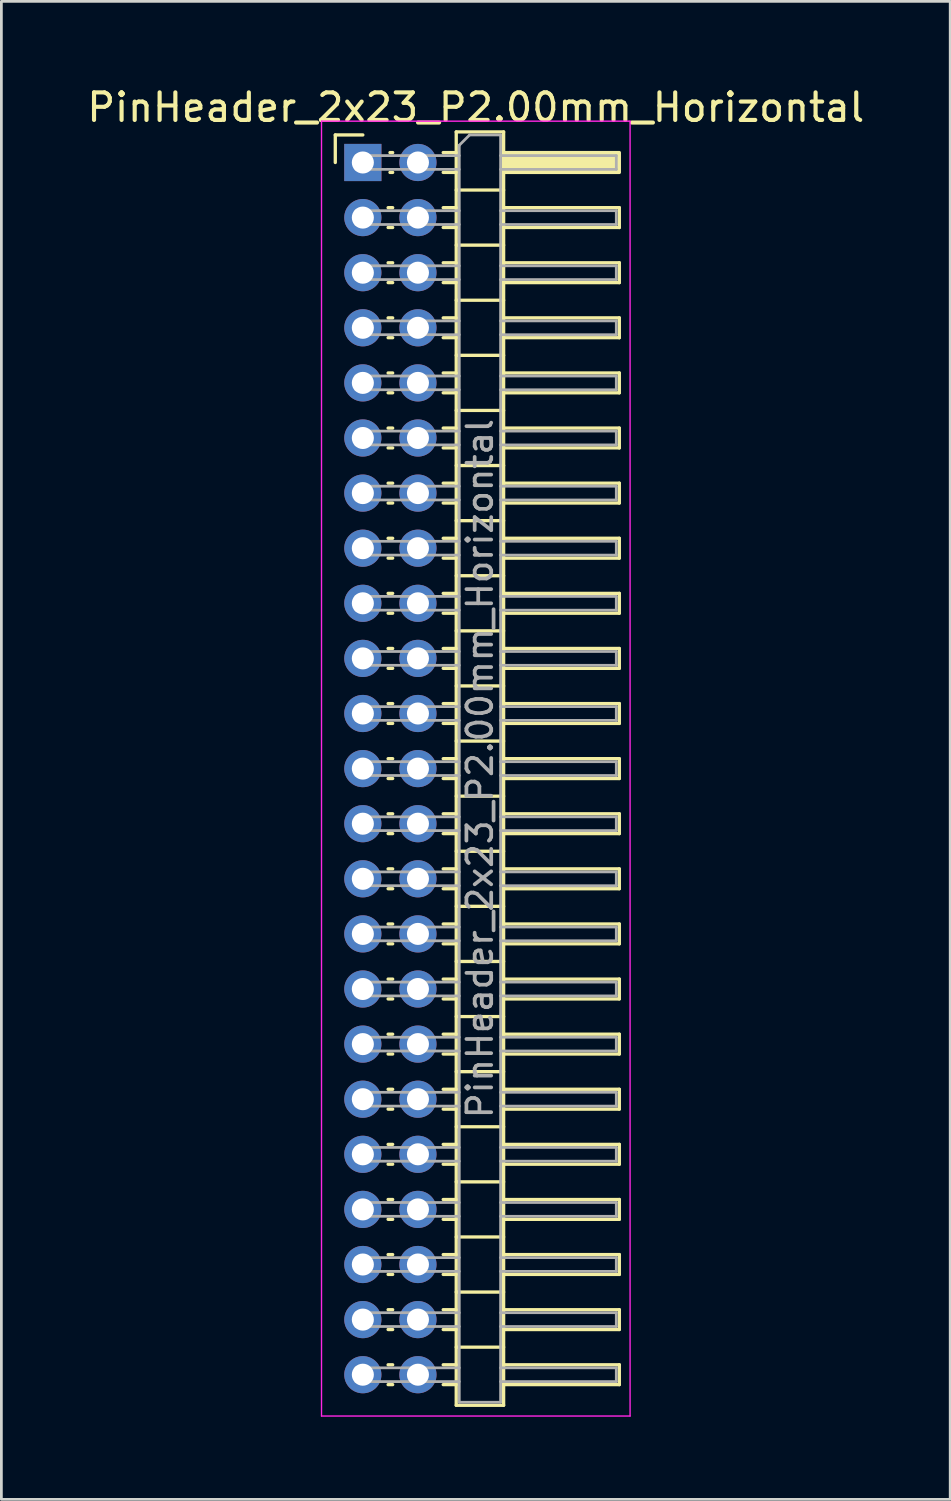
<source format=kicad_pcb>
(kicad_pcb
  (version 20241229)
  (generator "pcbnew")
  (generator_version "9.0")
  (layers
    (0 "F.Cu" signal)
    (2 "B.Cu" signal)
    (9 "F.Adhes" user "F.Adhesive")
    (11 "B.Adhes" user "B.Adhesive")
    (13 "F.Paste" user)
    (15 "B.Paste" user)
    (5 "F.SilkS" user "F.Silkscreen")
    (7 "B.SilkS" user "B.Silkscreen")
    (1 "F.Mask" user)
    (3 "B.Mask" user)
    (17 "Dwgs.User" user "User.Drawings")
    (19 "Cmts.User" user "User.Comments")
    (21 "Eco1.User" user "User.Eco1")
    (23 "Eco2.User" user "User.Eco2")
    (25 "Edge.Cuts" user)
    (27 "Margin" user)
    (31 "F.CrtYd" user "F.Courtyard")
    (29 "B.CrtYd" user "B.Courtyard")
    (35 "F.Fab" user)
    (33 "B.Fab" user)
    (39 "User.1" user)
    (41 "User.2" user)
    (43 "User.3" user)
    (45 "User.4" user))
  (footprint "PinHeader_2x23_P2.00mm_Horizontal"
    (layer "F.Cu")
    (at 10.12 2.848)
    (property "Reference" "PinHeader_2x23_P2.00mm_Horizontal" (at 4.1 -2 0) (layer "F.SilkS") (effects (font (size 1 1) (thickness 0.15))))
    (attr through_hole)
    (fp_line (start -1 -1) (end 0 -1) (stroke (width 0.12) (type solid)) (layer "F.SilkS"))
    (fp_line (start -1 0) (end -1 -1) (stroke (width 0.12) (type solid)) (layer "F.SilkS"))
    (fp_line (start 0.917 1.64) (end 1.083 1.64) (stroke (width 0.12) (type solid)) (layer "F.SilkS"))
    (fp_line (start 0.917 2.36) (end 1.083 2.36) (stroke (width 0.12) (type solid)) (layer "F.SilkS"))
    (fp_line (start 0.917 3.64) (end 1.083 3.64) (stroke (width 0.12) (type solid)) (layer "F.SilkS"))
    (fp_line (start 0.917 4.36) (end 1.083 4.36) (stroke (width 0.12) (type solid)) (layer "F.SilkS"))
    (fp_line (start 0.917 5.64) (end 1.083 5.64) (stroke (width 0.12) (type solid)) (layer "F.SilkS"))
    (fp_line (start 0.917 6.36) (end 1.083 6.36) (stroke (width 0.12) (type solid)) (layer "F.SilkS"))
    (fp_line (start 0.917 7.64) (end 1.083 7.64) (stroke (width 0.12) (type solid)) (layer "F.SilkS"))
    (fp_line (start 0.917 8.36) (end 1.083 8.36) (stroke (width 0.12) (type solid)) (layer "F.SilkS"))
    (fp_line (start 0.917 9.64) (end 1.083 9.64) (stroke (width 0.12) (type solid)) (layer "F.SilkS"))
    (fp_line (start 0.917 10.36) (end 1.083 10.36) (stroke (width 0.12) (type solid)) (layer "F.SilkS"))
    (fp_line (start 0.917 11.64) (end 1.083 11.64) (stroke (width 0.12) (type solid)) (layer "F.SilkS"))
    (fp_line (start 0.917 12.36) (end 1.083 12.36) (stroke (width 0.12) (type solid)) (layer "F.SilkS"))
    (fp_line (start 0.917 13.64) (end 1.083 13.64) (stroke (width 0.12) (type solid)) (layer "F.SilkS"))
    (fp_line (start 0.917 14.36) (end 1.083 14.36) (stroke (width 0.12) (type solid)) (layer "F.SilkS"))
    (fp_line (start 0.917 15.64) (end 1.083 15.64) (stroke (width 0.12) (type solid)) (layer "F.SilkS"))
    (fp_line (start 0.917 16.36) (end 1.083 16.36) (stroke (width 0.12) (type solid)) (layer "F.SilkS"))
    (fp_line (start 0.917 17.64) (end 1.083 17.64) (stroke (width 0.12) (type solid)) (layer "F.SilkS"))
    (fp_line (start 0.917 18.36) (end 1.083 18.36) (stroke (width 0.12) (type solid)) (layer "F.SilkS"))
    (fp_line (start 0.917 19.64) (end 1.083 19.64) (stroke (width 0.12) (type solid)) (layer "F.SilkS"))
    (fp_line (start 0.917 20.36) (end 1.083 20.36) (stroke (width 0.12) (type solid)) (layer "F.SilkS"))
    (fp_line (start 0.917 21.64) (end 1.083 21.64) (stroke (width 0.12) (type solid)) (layer "F.SilkS"))
    (fp_line (start 0.917 22.36) (end 1.083 22.36) (stroke (width 0.12) (type solid)) (layer "F.SilkS"))
    (fp_line (start 0.917 23.64) (end 1.083 23.64) (stroke (width 0.12) (type solid)) (layer "F.SilkS"))
    (fp_line (start 0.917 24.36) (end 1.083 24.36) (stroke (width 0.12) (type solid)) (layer "F.SilkS"))
    (fp_line (start 0.917 25.64) (end 1.083 25.64) (stroke (width 0.12) (type solid)) (layer "F.SilkS"))
    (fp_line (start 0.917 26.36) (end 1.083 26.36) (stroke (width 0.12) (type solid)) (layer "F.SilkS"))
    (fp_line (start 0.917 27.64) (end 1.083 27.64) (stroke (width 0.12) (type solid)) (layer "F.SilkS"))
    (fp_line (start 0.917 28.36) (end 1.083 28.36) (stroke (width 0.12) (type solid)) (layer "F.SilkS"))
    (fp_line (start 0.917 29.64) (end 1.083 29.64) (stroke (width 0.12) (type solid)) (layer "F.SilkS"))
    (fp_line (start 0.917 30.36) (end 1.083 30.36) (stroke (width 0.12) (type solid)) (layer "F.SilkS"))
    (fp_line (start 0.917 31.64) (end 1.083 31.64) (stroke (width 0.12) (type solid)) (layer "F.SilkS"))
    (fp_line (start 0.917 32.36) (end 1.083 32.36) (stroke (width 0.12) (type solid)) (layer "F.SilkS"))
    (fp_line (start 0.917 33.64) (end 1.083 33.64) (stroke (width 0.12) (type solid)) (layer "F.SilkS"))
    (fp_line (start 0.917 34.36) (end 1.083 34.36) (stroke (width 0.12) (type solid)) (layer "F.SilkS"))
    (fp_line (start 0.917 35.64) (end 1.083 35.64) (stroke (width 0.12) (type solid)) (layer "F.SilkS"))
    (fp_line (start 0.917 36.36) (end 1.083 36.36) (stroke (width 0.12) (type solid)) (layer "F.SilkS"))
    (fp_line (start 0.917 37.64) (end 1.083 37.64) (stroke (width 0.12) (type solid)) (layer "F.SilkS"))
    (fp_line (start 0.917 38.36) (end 1.083 38.36) (stroke (width 0.12) (type solid)) (layer "F.SilkS"))
    (fp_line (start 0.917 39.64) (end 1.083 39.64) (stroke (width 0.12) (type solid)) (layer "F.SilkS"))
    (fp_line (start 0.917 40.36) (end 1.083 40.36) (stroke (width 0.12) (type solid)) (layer "F.SilkS"))
    (fp_line (start 0.917 41.64) (end 1.083 41.64) (stroke (width 0.12) (type solid)) (layer "F.SilkS"))
    (fp_line (start 0.917 42.36) (end 1.083 42.36) (stroke (width 0.12) (type solid)) (layer "F.SilkS"))
    (fp_line (start 0.917 43.64) (end 1.083 43.64) (stroke (width 0.12) (type solid)) (layer "F.SilkS"))
    (fp_line (start 0.917 44.36) (end 1.083 44.36) (stroke (width 0.12) (type solid)) (layer "F.SilkS"))
    (fp_line (start 0.985 -0.36) (end 1.083 -0.36) (stroke (width 0.12) (type solid)) (layer "F.SilkS"))
    (fp_line (start 0.985 0.36) (end 1.083 0.36) (stroke (width 0.12) (type solid)) (layer "F.SilkS"))
    (fp_line (start 2.917 -0.36) (end 3.39 -0.36) (stroke (width 0.12) (type solid)) (layer "F.SilkS"))
    (fp_line (start 2.917 0.36) (end 3.39 0.36) (stroke (width 0.12) (type solid)) (layer "F.SilkS"))
    (fp_line (start 2.917 1.64) (end 3.39 1.64) (stroke (width 0.12) (type solid)) (layer "F.SilkS"))
    (fp_line (start 2.917 2.36) (end 3.39 2.36) (stroke (width 0.12) (type solid)) (layer "F.SilkS"))
    (fp_line (start 2.917 3.64) (end 3.39 3.64) (stroke (width 0.12) (type solid)) (layer "F.SilkS"))
    (fp_line (start 2.917 4.36) (end 3.39 4.36) (stroke (width 0.12) (type solid)) (layer "F.SilkS"))
    (fp_line (start 2.917 5.64) (end 3.39 5.64) (stroke (width 0.12) (type solid)) (layer "F.SilkS"))
    (fp_line (start 2.917 6.36) (end 3.39 6.36) (stroke (width 0.12) (type solid)) (layer "F.SilkS"))
    (fp_line (start 2.917 7.64) (end 3.39 7.64) (stroke (width 0.12) (type solid)) (layer "F.SilkS"))
    (fp_line (start 2.917 8.36) (end 3.39 8.36) (stroke (width 0.12) (type solid)) (layer "F.SilkS"))
    (fp_line (start 2.917 9.64) (end 3.39 9.64) (stroke (width 0.12) (type solid)) (layer "F.SilkS"))
    (fp_line (start 2.917 10.36) (end 3.39 10.36) (stroke (width 0.12) (type solid)) (layer "F.SilkS"))
    (fp_line (start 2.917 11.64) (end 3.39 11.64) (stroke (width 0.12) (type solid)) (layer "F.SilkS"))
    (fp_line (start 2.917 12.36) (end 3.39 12.36) (stroke (width 0.12) (type solid)) (layer "F.SilkS"))
    (fp_line (start 2.917 13.64) (end 3.39 13.64) (stroke (width 0.12) (type solid)) (layer "F.SilkS"))
    (fp_line (start 2.917 14.36) (end 3.39 14.36) (stroke (width 0.12) (type solid)) (layer "F.SilkS"))
    (fp_line (start 2.917 15.64) (end 3.39 15.64) (stroke (width 0.12) (type solid)) (layer "F.SilkS"))
    (fp_line (start 2.917 16.36) (end 3.39 16.36) (stroke (width 0.12) (type solid)) (layer "F.SilkS"))
    (fp_line (start 2.917 17.64) (end 3.39 17.64) (stroke (width 0.12) (type solid)) (layer "F.SilkS"))
    (fp_line (start 2.917 18.36) (end 3.39 18.36) (stroke (width 0.12) (type solid)) (layer "F.SilkS"))
    (fp_line (start 2.917 19.64) (end 3.39 19.64) (stroke (width 0.12) (type solid)) (layer "F.SilkS"))
    (fp_line (start 2.917 20.36) (end 3.39 20.36) (stroke (width 0.12) (type solid)) (layer "F.SilkS"))
    (fp_line (start 2.917 21.64) (end 3.39 21.64) (stroke (width 0.12) (type solid)) (layer "F.SilkS"))
    (fp_line (start 2.917 22.36) (end 3.39 22.36) (stroke (width 0.12) (type solid)) (layer "F.SilkS"))
    (fp_line (start 2.917 23.64) (end 3.39 23.64) (stroke (width 0.12) (type solid)) (layer "F.SilkS"))
    (fp_line (start 2.917 24.36) (end 3.39 24.36) (stroke (width 0.12) (type solid)) (layer "F.SilkS"))
    (fp_line (start 2.917 25.64) (end 3.39 25.64) (stroke (width 0.12) (type solid)) (layer "F.SilkS"))
    (fp_line (start 2.917 26.36) (end 3.39 26.36) (stroke (width 0.12) (type solid)) (layer "F.SilkS"))
    (fp_line (start 2.917 27.64) (end 3.39 27.64) (stroke (width 0.12) (type solid)) (layer "F.SilkS"))
    (fp_line (start 2.917 28.36) (end 3.39 28.36) (stroke (width 0.12) (type solid)) (layer "F.SilkS"))
    (fp_line (start 2.917 29.64) (end 3.39 29.64) (stroke (width 0.12) (type solid)) (layer "F.SilkS"))
    (fp_line (start 2.917 30.36) (end 3.39 30.36) (stroke (width 0.12) (type solid)) (layer "F.SilkS"))
    (fp_line (start 2.917 31.64) (end 3.39 31.64) (stroke (width 0.12) (type solid)) (layer "F.SilkS"))
    (fp_line (start 2.917 32.36) (end 3.39 32.36) (stroke (width 0.12) (type solid)) (layer "F.SilkS"))
    (fp_line (start 2.917 33.64) (end 3.39 33.64) (stroke (width 0.12) (type solid)) (layer "F.SilkS"))
    (fp_line (start 2.917 34.36) (end 3.39 34.36) (stroke (width 0.12) (type solid)) (layer "F.SilkS"))
    (fp_line (start 2.917 35.64) (end 3.39 35.64) (stroke (width 0.12) (type solid)) (layer "F.SilkS"))
    (fp_line (start 2.917 36.36) (end 3.39 36.36) (stroke (width 0.12) (type solid)) (layer "F.SilkS"))
    (fp_line (start 2.917 37.64) (end 3.39 37.64) (stroke (width 0.12) (type solid)) (layer "F.SilkS"))
    (fp_line (start 2.917 38.36) (end 3.39 38.36) (stroke (width 0.12) (type solid)) (layer "F.SilkS"))
    (fp_line (start 2.917 39.64) (end 3.39 39.64) (stroke (width 0.12) (type solid)) (layer "F.SilkS"))
    (fp_line (start 2.917 40.36) (end 3.39 40.36) (stroke (width 0.12) (type solid)) (layer "F.SilkS"))
    (fp_line (start 2.917 41.64) (end 3.39 41.64) (stroke (width 0.12) (type solid)) (layer "F.SilkS"))
    (fp_line (start 2.917 42.36) (end 3.39 42.36) (stroke (width 0.12) (type solid)) (layer "F.SilkS"))
    (fp_line (start 2.917 43.64) (end 3.39 43.64) (stroke (width 0.12) (type solid)) (layer "F.SilkS"))
    (fp_line (start 2.917 44.36) (end 3.39 44.36) (stroke (width 0.12) (type solid)) (layer "F.SilkS"))
    (fp_line (start 3.39 -1.11) (end 3.39 45.11) (stroke (width 0.12) (type solid)) (layer "F.SilkS"))
    (fp_line (start 3.39 1) (end 5.11 1) (stroke (width 0.12) (type solid)) (layer "F.SilkS"))
    (fp_line (start 3.39 3) (end 5.11 3) (stroke (width 0.12) (type solid)) (layer "F.SilkS"))
    (fp_line (start 3.39 5) (end 5.11 5) (stroke (width 0.12) (type solid)) (layer "F.SilkS"))
    (fp_line (start 3.39 7) (end 5.11 7) (stroke (width 0.12) (type solid)) (layer "F.SilkS"))
    (fp_line (start 3.39 9) (end 5.11 9) (stroke (width 0.12) (type solid)) (layer "F.SilkS"))
    (fp_line (start 3.39 11) (end 5.11 11) (stroke (width 0.12) (type solid)) (layer "F.SilkS"))
    (fp_line (start 3.39 13) (end 5.11 13) (stroke (width 0.12) (type solid)) (layer "F.SilkS"))
    (fp_line (start 3.39 15) (end 5.11 15) (stroke (width 0.12) (type solid)) (layer "F.SilkS"))
    (fp_line (start 3.39 17) (end 5.11 17) (stroke (width 0.12) (type solid)) (layer "F.SilkS"))
    (fp_line (start 3.39 19) (end 5.11 19) (stroke (width 0.12) (type solid)) (layer "F.SilkS"))
    (fp_line (start 3.39 21) (end 5.11 21) (stroke (width 0.12) (type solid)) (layer "F.SilkS"))
    (fp_line (start 3.39 23) (end 5.11 23) (stroke (width 0.12) (type solid)) (layer "F.SilkS"))
    (fp_line (start 3.39 25) (end 5.11 25) (stroke (width 0.12) (type solid)) (layer "F.SilkS"))
    (fp_line (start 3.39 27) (end 5.11 27) (stroke (width 0.12) (type solid)) (layer "F.SilkS"))
    (fp_line (start 3.39 29) (end 5.11 29) (stroke (width 0.12) (type solid)) (layer "F.SilkS"))
    (fp_line (start 3.39 31) (end 5.11 31) (stroke (width 0.12) (type solid)) (layer "F.SilkS"))
    (fp_line (start 3.39 33) (end 5.11 33) (stroke (width 0.12) (type solid)) (layer "F.SilkS"))
    (fp_line (start 3.39 35) (end 5.11 35) (stroke (width 0.12) (type solid)) (layer "F.SilkS"))
    (fp_line (start 3.39 37) (end 5.11 37) (stroke (width 0.12) (type solid)) (layer "F.SilkS"))
    (fp_line (start 3.39 39) (end 5.11 39) (stroke (width 0.12) (type solid)) (layer "F.SilkS"))
    (fp_line (start 3.39 41) (end 5.11 41) (stroke (width 0.12) (type solid)) (layer "F.SilkS"))
    (fp_line (start 3.39 43) (end 5.11 43) (stroke (width 0.12) (type solid)) (layer "F.SilkS"))
    (fp_line (start 3.39 45.11) (end 5.11 45.11) (stroke (width 0.12) (type solid)) (layer "F.SilkS"))
    (fp_line (start 5.11 -1.11) (end 3.39 -1.11) (stroke (width 0.12) (type solid)) (layer "F.SilkS"))
    (fp_line (start 5.11 1.64) (end 9.31 1.64) (stroke (width 0.12) (type solid)) (layer "F.SilkS"))
    (fp_line (start 5.11 3.64) (end 9.31 3.64) (stroke (width 0.12) (type solid)) (layer "F.SilkS"))
    (fp_line (start 5.11 5.64) (end 9.31 5.64) (stroke (width 0.12) (type solid)) (layer "F.SilkS"))
    (fp_line (start 5.11 7.64) (end 9.31 7.64) (stroke (width 0.12) (type solid)) (layer "F.SilkS"))
    (fp_line (start 5.11 9.64) (end 9.31 9.64) (stroke (width 0.12) (type solid)) (layer "F.SilkS"))
    (fp_line (start 5.11 11.64) (end 9.31 11.64) (stroke (width 0.12) (type solid)) (layer "F.SilkS"))
    (fp_line (start 5.11 13.64) (end 9.31 13.64) (stroke (width 0.12) (type solid)) (layer "F.SilkS"))
    (fp_line (start 5.11 15.64) (end 9.31 15.64) (stroke (width 0.12) (type solid)) (layer "F.SilkS"))
    (fp_line (start 5.11 17.64) (end 9.31 17.64) (stroke (width 0.12) (type solid)) (layer "F.SilkS"))
    (fp_line (start 5.11 19.64) (end 9.31 19.64) (stroke (width 0.12) (type solid)) (layer "F.SilkS"))
    (fp_line (start 5.11 21.64) (end 9.31 21.64) (stroke (width 0.12) (type solid)) (layer "F.SilkS"))
    (fp_line (start 5.11 23.64) (end 9.31 23.64) (stroke (width 0.12) (type solid)) (layer "F.SilkS"))
    (fp_line (start 5.11 25.64) (end 9.31 25.64) (stroke (width 0.12) (type solid)) (layer "F.SilkS"))
    (fp_line (start 5.11 27.64) (end 9.31 27.64) (stroke (width 0.12) (type solid)) (layer "F.SilkS"))
    (fp_line (start 5.11 29.64) (end 9.31 29.64) (stroke (width 0.12) (type solid)) (layer "F.SilkS"))
    (fp_line (start 5.11 31.64) (end 9.31 31.64) (stroke (width 0.12) (type solid)) (layer "F.SilkS"))
    (fp_line (start 5.11 33.64) (end 9.31 33.64) (stroke (width 0.12) (type solid)) (layer "F.SilkS"))
    (fp_line (start 5.11 35.64) (end 9.31 35.64) (stroke (width 0.12) (type solid)) (layer "F.SilkS"))
    (fp_line (start 5.11 37.64) (end 9.31 37.64) (stroke (width 0.12) (type solid)) (layer "F.SilkS"))
    (fp_line (start 5.11 39.64) (end 9.31 39.64) (stroke (width 0.12) (type solid)) (layer "F.SilkS"))
    (fp_line (start 5.11 41.64) (end 9.31 41.64) (stroke (width 0.12) (type solid)) (layer "F.SilkS"))
    (fp_line (start 5.11 43.64) (end 9.31 43.64) (stroke (width 0.12) (type solid)) (layer "F.SilkS"))
    (fp_line (start 5.11 45.11) (end 5.11 -1.11) (stroke (width 0.12) (type solid)) (layer "F.SilkS"))
    (fp_line (start 9.31 1.64) (end 9.31 2.36) (stroke (width 0.12) (type solid)) (layer "F.SilkS"))
    (fp_line (start 9.31 2.36) (end 5.11 2.36) (stroke (width 0.12) (type solid)) (layer "F.SilkS"))
    (fp_line (start 9.31 3.64) (end 9.31 4.36) (stroke (width 0.12) (type solid)) (layer "F.SilkS"))
    (fp_line (start 9.31 4.36) (end 5.11 4.36) (stroke (width 0.12) (type solid)) (layer "F.SilkS"))
    (fp_line (start 9.31 5.64) (end 9.31 6.36) (stroke (width 0.12) (type solid)) (layer "F.SilkS"))
    (fp_line (start 9.31 6.36) (end 5.11 6.36) (stroke (width 0.12) (type solid)) (layer "F.SilkS"))
    (fp_line (start 9.31 7.64) (end 9.31 8.36) (stroke (width 0.12) (type solid)) (layer "F.SilkS"))
    (fp_line (start 9.31 8.36) (end 5.11 8.36) (stroke (width 0.12) (type solid)) (layer "F.SilkS"))
    (fp_line (start 9.31 9.64) (end 9.31 10.36) (stroke (width 0.12) (type solid)) (layer "F.SilkS"))
    (fp_line (start 9.31 10.36) (end 5.11 10.36) (stroke (width 0.12) (type solid)) (layer "F.SilkS"))
    (fp_line (start 9.31 11.64) (end 9.31 12.36) (stroke (width 0.12) (type solid)) (layer "F.SilkS"))
    (fp_line (start 9.31 12.36) (end 5.11 12.36) (stroke (width 0.12) (type solid)) (layer "F.SilkS"))
    (fp_line (start 9.31 13.64) (end 9.31 14.36) (stroke (width 0.12) (type solid)) (layer "F.SilkS"))
    (fp_line (start 9.31 14.36) (end 5.11 14.36) (stroke (width 0.12) (type solid)) (layer "F.SilkS"))
    (fp_line (start 9.31 15.64) (end 9.31 16.36) (stroke (width 0.12) (type solid)) (layer "F.SilkS"))
    (fp_line (start 9.31 16.36) (end 5.11 16.36) (stroke (width 0.12) (type solid)) (layer "F.SilkS"))
    (fp_line (start 9.31 17.64) (end 9.31 18.36) (stroke (width 0.12) (type solid)) (layer "F.SilkS"))
    (fp_line (start 9.31 18.36) (end 5.11 18.36) (stroke (width 0.12) (type solid)) (layer "F.SilkS"))
    (fp_line (start 9.31 19.64) (end 9.31 20.36) (stroke (width 0.12) (type solid)) (layer "F.SilkS"))
    (fp_line (start 9.31 20.36) (end 5.11 20.36) (stroke (width 0.12) (type solid)) (layer "F.SilkS"))
    (fp_line (start 9.31 21.64) (end 9.31 22.36) (stroke (width 0.12) (type solid)) (layer "F.SilkS"))
    (fp_line (start 9.31 22.36) (end 5.11 22.36) (stroke (width 0.12) (type solid)) (layer "F.SilkS"))
    (fp_line (start 9.31 23.64) (end 9.31 24.36) (stroke (width 0.12) (type solid)) (layer "F.SilkS"))
    (fp_line (start 9.31 24.36) (end 5.11 24.36) (stroke (width 0.12) (type solid)) (layer "F.SilkS"))
    (fp_line (start 9.31 25.64) (end 9.31 26.36) (stroke (width 0.12) (type solid)) (layer "F.SilkS"))
    (fp_line (start 9.31 26.36) (end 5.11 26.36) (stroke (width 0.12) (type solid)) (layer "F.SilkS"))
    (fp_line (start 9.31 27.64) (end 9.31 28.36) (stroke (width 0.12) (type solid)) (layer "F.SilkS"))
    (fp_line (start 9.31 28.36) (end 5.11 28.36) (stroke (width 0.12) (type solid)) (layer "F.SilkS"))
    (fp_line (start 9.31 29.64) (end 9.31 30.36) (stroke (width 0.12) (type solid)) (layer "F.SilkS"))
    (fp_line (start 9.31 30.36) (end 5.11 30.36) (stroke (width 0.12) (type solid)) (layer "F.SilkS"))
    (fp_line (start 9.31 31.64) (end 9.31 32.36) (stroke (width 0.12) (type solid)) (layer "F.SilkS"))
    (fp_line (start 9.31 32.36) (end 5.11 32.36) (stroke (width 0.12) (type solid)) (layer "F.SilkS"))
    (fp_line (start 9.31 33.64) (end 9.31 34.36) (stroke (width 0.12) (type solid)) (layer "F.SilkS"))
    (fp_line (start 9.31 34.36) (end 5.11 34.36) (stroke (width 0.12) (type solid)) (layer "F.SilkS"))
    (fp_line (start 9.31 35.64) (end 9.31 36.36) (stroke (width 0.12) (type solid)) (layer "F.SilkS"))
    (fp_line (start 9.31 36.36) (end 5.11 36.36) (stroke (width 0.12) (type solid)) (layer "F.SilkS"))
    (fp_line (start 9.31 37.64) (end 9.31 38.36) (stroke (width 0.12) (type solid)) (layer "F.SilkS"))
    (fp_line (start 9.31 38.36) (end 5.11 38.36) (stroke (width 0.12) (type solid)) (layer "F.SilkS"))
    (fp_line (start 9.31 39.64) (end 9.31 40.36) (stroke (width 0.12) (type solid)) (layer "F.SilkS"))
    (fp_line (start 9.31 40.36) (end 5.11 40.36) (stroke (width 0.12) (type solid)) (layer "F.SilkS"))
    (fp_line (start 9.31 41.64) (end 9.31 42.36) (stroke (width 0.12) (type solid)) (layer "F.SilkS"))
    (fp_line (start 9.31 42.36) (end 5.11 42.36) (stroke (width 0.12) (type solid)) (layer "F.SilkS"))
    (fp_line (start 9.31 43.64) (end 9.31 44.36) (stroke (width 0.12) (type solid)) (layer "F.SilkS"))
    (fp_line (start 9.31 44.36) (end 5.11 44.36) (stroke (width 0.12) (type solid)) (layer "F.SilkS"))
    (fp_rect (start 5.11 -0.36) (end 9.31 0.36) (stroke (width 0.12) (type solid)) (fill yes) (layer "F.SilkS"))
    (fp_line (start -1.5 -1.5) (end -1.5 45.5) (stroke (width 0.05) (type solid)) (layer "F.CrtYd"))
    (fp_line (start -1.5 45.5) (end 9.7 45.5) (stroke (width 0.05) (type solid)) (layer "F.CrtYd"))
    (fp_line (start 9.7 -1.5) (end -1.5 -1.5) (stroke (width 0.05) (type solid)) (layer "F.CrtYd"))
    (fp_line (start 9.7 45.5) (end 9.7 -1.5) (stroke (width 0.05) (type solid)) (layer "F.CrtYd"))
    (fp_line (start -0.25 -0.25) (end -0.25 0.25) (stroke (width 0.1) (type solid)) (layer "F.Fab"))
    (fp_line (start -0.25 -0.25) (end 3.5 -0.25) (stroke (width 0.1) (type solid)) (layer "F.Fab"))
    (fp_line (start -0.25 0.25) (end 3.5 0.25) (stroke (width 0.1) (type solid)) (layer "F.Fab"))
    (fp_line (start -0.25 1.75) (end -0.25 2.25) (stroke (width 0.1) (type solid)) (layer "F.Fab"))
    (fp_line (start -0.25 1.75) (end 3.5 1.75) (stroke (width 0.1) (type solid)) (layer "F.Fab"))
    (fp_line (start -0.25 2.25) (end 3.5 2.25) (stroke (width 0.1) (type solid)) (layer "F.Fab"))
    (fp_line (start -0.25 3.75) (end -0.25 4.25) (stroke (width 0.1) (type solid)) (layer "F.Fab"))
    (fp_line (start -0.25 3.75) (end 3.5 3.75) (stroke (width 0.1) (type solid)) (layer "F.Fab"))
    (fp_line (start -0.25 4.25) (end 3.5 4.25) (stroke (width 0.1) (type solid)) (layer "F.Fab"))
    (fp_line (start -0.25 5.75) (end -0.25 6.25) (stroke (width 0.1) (type solid)) (layer "F.Fab"))
    (fp_line (start -0.25 5.75) (end 3.5 5.75) (stroke (width 0.1) (type solid)) (layer "F.Fab"))
    (fp_line (start -0.25 6.25) (end 3.5 6.25) (stroke (width 0.1) (type solid)) (layer "F.Fab"))
    (fp_line (start -0.25 7.75) (end -0.25 8.25) (stroke (width 0.1) (type solid)) (layer "F.Fab"))
    (fp_line (start -0.25 7.75) (end 3.5 7.75) (stroke (width 0.1) (type solid)) (layer "F.Fab"))
    (fp_line (start -0.25 8.25) (end 3.5 8.25) (stroke (width 0.1) (type solid)) (layer "F.Fab"))
    (fp_line (start -0.25 9.75) (end -0.25 10.25) (stroke (width 0.1) (type solid)) (layer "F.Fab"))
    (fp_line (start -0.25 9.75) (end 3.5 9.75) (stroke (width 0.1) (type solid)) (layer "F.Fab"))
    (fp_line (start -0.25 10.25) (end 3.5 10.25) (stroke (width 0.1) (type solid)) (layer "F.Fab"))
    (fp_line (start -0.25 11.75) (end -0.25 12.25) (stroke (width 0.1) (type solid)) (layer "F.Fab"))
    (fp_line (start -0.25 11.75) (end 3.5 11.75) (stroke (width 0.1) (type solid)) (layer "F.Fab"))
    (fp_line (start -0.25 12.25) (end 3.5 12.25) (stroke (width 0.1) (type solid)) (layer "F.Fab"))
    (fp_line (start -0.25 13.75) (end -0.25 14.25) (stroke (width 0.1) (type solid)) (layer "F.Fab"))
    (fp_line (start -0.25 13.75) (end 3.5 13.75) (stroke (width 0.1) (type solid)) (layer "F.Fab"))
    (fp_line (start -0.25 14.25) (end 3.5 14.25) (stroke (width 0.1) (type solid)) (layer "F.Fab"))
    (fp_line (start -0.25 15.75) (end -0.25 16.25) (stroke (width 0.1) (type solid)) (layer "F.Fab"))
    (fp_line (start -0.25 15.75) (end 3.5 15.75) (stroke (width 0.1) (type solid)) (layer "F.Fab"))
    (fp_line (start -0.25 16.25) (end 3.5 16.25) (stroke (width 0.1) (type solid)) (layer "F.Fab"))
    (fp_line (start -0.25 17.75) (end -0.25 18.25) (stroke (width 0.1) (type solid)) (layer "F.Fab"))
    (fp_line (start -0.25 17.75) (end 3.5 17.75) (stroke (width 0.1) (type solid)) (layer "F.Fab"))
    (fp_line (start -0.25 18.25) (end 3.5 18.25) (stroke (width 0.1) (type solid)) (layer "F.Fab"))
    (fp_line (start -0.25 19.75) (end -0.25 20.25) (stroke (width 0.1) (type solid)) (layer "F.Fab"))
    (fp_line (start -0.25 19.75) (end 3.5 19.75) (stroke (width 0.1) (type solid)) (layer "F.Fab"))
    (fp_line (start -0.25 20.25) (end 3.5 20.25) (stroke (width 0.1) (type solid)) (layer "F.Fab"))
    (fp_line (start -0.25 21.75) (end -0.25 22.25) (stroke (width 0.1) (type solid)) (layer "F.Fab"))
    (fp_line (start -0.25 21.75) (end 3.5 21.75) (stroke (width 0.1) (type solid)) (layer "F.Fab"))
    (fp_line (start -0.25 22.25) (end 3.5 22.25) (stroke (width 0.1) (type solid)) (layer "F.Fab"))
    (fp_line (start -0.25 23.75) (end -0.25 24.25) (stroke (width 0.1) (type solid)) (layer "F.Fab"))
    (fp_line (start -0.25 23.75) (end 3.5 23.75) (stroke (width 0.1) (type solid)) (layer "F.Fab"))
    (fp_line (start -0.25 24.25) (end 3.5 24.25) (stroke (width 0.1) (type solid)) (layer "F.Fab"))
    (fp_line (start -0.25 25.75) (end -0.25 26.25) (stroke (width 0.1) (type solid)) (layer "F.Fab"))
    (fp_line (start -0.25 25.75) (end 3.5 25.75) (stroke (width 0.1) (type solid)) (layer "F.Fab"))
    (fp_line (start -0.25 26.25) (end 3.5 26.25) (stroke (width 0.1) (type solid)) (layer "F.Fab"))
    (fp_line (start -0.25 27.75) (end -0.25 28.25) (stroke (width 0.1) (type solid)) (layer "F.Fab"))
    (fp_line (start -0.25 27.75) (end 3.5 27.75) (stroke (width 0.1) (type solid)) (layer "F.Fab"))
    (fp_line (start -0.25 28.25) (end 3.5 28.25) (stroke (width 0.1) (type solid)) (layer "F.Fab"))
    (fp_line (start -0.25 29.75) (end -0.25 30.25) (stroke (width 0.1) (type solid)) (layer "F.Fab"))
    (fp_line (start -0.25 29.75) (end 3.5 29.75) (stroke (width 0.1) (type solid)) (layer "F.Fab"))
    (fp_line (start -0.25 30.25) (end 3.5 30.25) (stroke (width 0.1) (type solid)) (layer "F.Fab"))
    (fp_line (start -0.25 31.75) (end -0.25 32.25) (stroke (width 0.1) (type solid)) (layer "F.Fab"))
    (fp_line (start -0.25 31.75) (end 3.5 31.75) (stroke (width 0.1) (type solid)) (layer "F.Fab"))
    (fp_line (start -0.25 32.25) (end 3.5 32.25) (stroke (width 0.1) (type solid)) (layer "F.Fab"))
    (fp_line (start -0.25 33.75) (end -0.25 34.25) (stroke (width 0.1) (type solid)) (layer "F.Fab"))
    (fp_line (start -0.25 33.75) (end 3.5 33.75) (stroke (width 0.1) (type solid)) (layer "F.Fab"))
    (fp_line (start -0.25 34.25) (end 3.5 34.25) (stroke (width 0.1) (type solid)) (layer "F.Fab"))
    (fp_line (start -0.25 35.75) (end -0.25 36.25) (stroke (width 0.1) (type solid)) (layer "F.Fab"))
    (fp_line (start -0.25 35.75) (end 3.5 35.75) (stroke (width 0.1) (type solid)) (layer "F.Fab"))
    (fp_line (start -0.25 36.25) (end 3.5 36.25) (stroke (width 0.1) (type solid)) (layer "F.Fab"))
    (fp_line (start -0.25 37.75) (end -0.25 38.25) (stroke (width 0.1) (type solid)) (layer "F.Fab"))
    (fp_line (start -0.25 37.75) (end 3.5 37.75) (stroke (width 0.1) (type solid)) (layer "F.Fab"))
    (fp_line (start -0.25 38.25) (end 3.5 38.25) (stroke (width 0.1) (type solid)) (layer "F.Fab"))
    (fp_line (start -0.25 39.75) (end -0.25 40.25) (stroke (width 0.1) (type solid)) (layer "F.Fab"))
    (fp_line (start -0.25 39.75) (end 3.5 39.75) (stroke (width 0.1) (type solid)) (layer "F.Fab"))
    (fp_line (start -0.25 40.25) (end 3.5 40.25) (stroke (width 0.1) (type solid)) (layer "F.Fab"))
    (fp_line (start -0.25 41.75) (end -0.25 42.25) (stroke (width 0.1) (type solid)) (layer "F.Fab"))
    (fp_line (start -0.25 41.75) (end 3.5 41.75) (stroke (width 0.1) (type solid)) (layer "F.Fab"))
    (fp_line (start -0.25 42.25) (end 3.5 42.25) (stroke (width 0.1) (type solid)) (layer "F.Fab"))
    (fp_line (start -0.25 43.75) (end -0.25 44.25) (stroke (width 0.1) (type solid)) (layer "F.Fab"))
    (fp_line (start -0.25 43.75) (end 3.5 43.75) (stroke (width 0.1) (type solid)) (layer "F.Fab"))
    (fp_line (start -0.25 44.25) (end 3.5 44.25) (stroke (width 0.1) (type solid)) (layer "F.Fab"))
    (fp_line (start 3.5 -0.625) (end 3.875 -1) (stroke (width 0.1) (type solid)) (layer "F.Fab"))
    (fp_line (start 3.5 45) (end 3.5 -0.625) (stroke (width 0.1) (type solid)) (layer "F.Fab"))
    (fp_line (start 3.875 -1) (end 5 -1) (stroke (width 0.1) (type solid)) (layer "F.Fab"))
    (fp_line (start 5 -1) (end 5 45) (stroke (width 0.1) (type solid)) (layer "F.Fab"))
    (fp_line (start 5 -0.25) (end 9.2 -0.25) (stroke (width 0.1) (type solid)) (layer "F.Fab"))
    (fp_line (start 5 0.25) (end 9.2 0.25) (stroke (width 0.1) (type solid)) (layer "F.Fab"))
    (fp_line (start 5 1.75) (end 9.2 1.75) (stroke (width 0.1) (type solid)) (layer "F.Fab"))
    (fp_line (start 5 2.25) (end 9.2 2.25) (stroke (width 0.1) (type solid)) (layer "F.Fab"))
    (fp_line (start 5 3.75) (end 9.2 3.75) (stroke (width 0.1) (type solid)) (layer "F.Fab"))
    (fp_line (start 5 4.25) (end 9.2 4.25) (stroke (width 0.1) (type solid)) (layer "F.Fab"))
    (fp_line (start 5 5.75) (end 9.2 5.75) (stroke (width 0.1) (type solid)) (layer "F.Fab"))
    (fp_line (start 5 6.25) (end 9.2 6.25) (stroke (width 0.1) (type solid)) (layer "F.Fab"))
    (fp_line (start 5 7.75) (end 9.2 7.75) (stroke (width 0.1) (type solid)) (layer "F.Fab"))
    (fp_line (start 5 8.25) (end 9.2 8.25) (stroke (width 0.1) (type solid)) (layer "F.Fab"))
    (fp_line (start 5 9.75) (end 9.2 9.75) (stroke (width 0.1) (type solid)) (layer "F.Fab"))
    (fp_line (start 5 10.25) (end 9.2 10.25) (stroke (width 0.1) (type solid)) (layer "F.Fab"))
    (fp_line (start 5 11.75) (end 9.2 11.75) (stroke (width 0.1) (type solid)) (layer "F.Fab"))
    (fp_line (start 5 12.25) (end 9.2 12.25) (stroke (width 0.1) (type solid)) (layer "F.Fab"))
    (fp_line (start 5 13.75) (end 9.2 13.75) (stroke (width 0.1) (type solid)) (layer "F.Fab"))
    (fp_line (start 5 14.25) (end 9.2 14.25) (stroke (width 0.1) (type solid)) (layer "F.Fab"))
    (fp_line (start 5 15.75) (end 9.2 15.75) (stroke (width 0.1) (type solid)) (layer "F.Fab"))
    (fp_line (start 5 16.25) (end 9.2 16.25) (stroke (width 0.1) (type solid)) (layer "F.Fab"))
    (fp_line (start 5 17.75) (end 9.2 17.75) (stroke (width 0.1) (type solid)) (layer "F.Fab"))
    (fp_line (start 5 18.25) (end 9.2 18.25) (stroke (width 0.1) (type solid)) (layer "F.Fab"))
    (fp_line (start 5 19.75) (end 9.2 19.75) (stroke (width 0.1) (type solid)) (layer "F.Fab"))
    (fp_line (start 5 20.25) (end 9.2 20.25) (stroke (width 0.1) (type solid)) (layer "F.Fab"))
    (fp_line (start 5 21.75) (end 9.2 21.75) (stroke (width 0.1) (type solid)) (layer "F.Fab"))
    (fp_line (start 5 22.25) (end 9.2 22.25) (stroke (width 0.1) (type solid)) (layer "F.Fab"))
    (fp_line (start 5 23.75) (end 9.2 23.75) (stroke (width 0.1) (type solid)) (layer "F.Fab"))
    (fp_line (start 5 24.25) (end 9.2 24.25) (stroke (width 0.1) (type solid)) (layer "F.Fab"))
    (fp_line (start 5 25.75) (end 9.2 25.75) (stroke (width 0.1) (type solid)) (layer "F.Fab"))
    (fp_line (start 5 26.25) (end 9.2 26.25) (stroke (width 0.1) (type solid)) (layer "F.Fab"))
    (fp_line (start 5 27.75) (end 9.2 27.75) (stroke (width 0.1) (type solid)) (layer "F.Fab"))
    (fp_line (start 5 28.25) (end 9.2 28.25) (stroke (width 0.1) (type solid)) (layer "F.Fab"))
    (fp_line (start 5 29.75) (end 9.2 29.75) (stroke (width 0.1) (type solid)) (layer "F.Fab"))
    (fp_line (start 5 30.25) (end 9.2 30.25) (stroke (width 0.1) (type solid)) (layer "F.Fab"))
    (fp_line (start 5 31.75) (end 9.2 31.75) (stroke (width 0.1) (type solid)) (layer "F.Fab"))
    (fp_line (start 5 32.25) (end 9.2 32.25) (stroke (width 0.1) (type solid)) (layer "F.Fab"))
    (fp_line (start 5 33.75) (end 9.2 33.75) (stroke (width 0.1) (type solid)) (layer "F.Fab"))
    (fp_line (start 5 34.25) (end 9.2 34.25) (stroke (width 0.1) (type solid)) (layer "F.Fab"))
    (fp_line (start 5 35.75) (end 9.2 35.75) (stroke (width 0.1) (type solid)) (layer "F.Fab"))
    (fp_line (start 5 36.25) (end 9.2 36.25) (stroke (width 0.1) (type solid)) (layer "F.Fab"))
    (fp_line (start 5 37.75) (end 9.2 37.75) (stroke (width 0.1) (type solid)) (layer "F.Fab"))
    (fp_line (start 5 38.25) (end 9.2 38.25) (stroke (width 0.1) (type solid)) (layer "F.Fab"))
    (fp_line (start 5 39.75) (end 9.2 39.75) (stroke (width 0.1) (type solid)) (layer "F.Fab"))
    (fp_line (start 5 40.25) (end 9.2 40.25) (stroke (width 0.1) (type solid)) (layer "F.Fab"))
    (fp_line (start 5 41.75) (end 9.2 41.75) (stroke (width 0.1) (type solid)) (layer "F.Fab"))
    (fp_line (start 5 42.25) (end 9.2 42.25) (stroke (width 0.1) (type solid)) (layer "F.Fab"))
    (fp_line (start 5 43.75) (end 9.2 43.75) (stroke (width 0.1) (type solid)) (layer "F.Fab"))
    (fp_line (start 5 44.25) (end 9.2 44.25) (stroke (width 0.1) (type solid)) (layer "F.Fab"))
    (fp_line (start 5 45) (end 3.5 45) (stroke (width 0.1) (type solid)) (layer "F.Fab"))
    (fp_line (start 9.2 -0.25) (end 9.2 0.25) (stroke (width 0.1) (type solid)) (layer "F.Fab"))
    (fp_line (start 9.2 1.75) (end 9.2 2.25) (stroke (width 0.1) (type solid)) (layer "F.Fab"))
    (fp_line (start 9.2 3.75) (end 9.2 4.25) (stroke (width 0.1) (type solid)) (layer "F.Fab"))
    (fp_line (start 9.2 5.75) (end 9.2 6.25) (stroke (width 0.1) (type solid)) (layer "F.Fab"))
    (fp_line (start 9.2 7.75) (end 9.2 8.25) (stroke (width 0.1) (type solid)) (layer "F.Fab"))
    (fp_line (start 9.2 9.75) (end 9.2 10.25) (stroke (width 0.1) (type solid)) (layer "F.Fab"))
    (fp_line (start 9.2 11.75) (end 9.2 12.25) (stroke (width 0.1) (type solid)) (layer "F.Fab"))
    (fp_line (start 9.2 13.75) (end 9.2 14.25) (stroke (width 0.1) (type solid)) (layer "F.Fab"))
    (fp_line (start 9.2 15.75) (end 9.2 16.25) (stroke (width 0.1) (type solid)) (layer "F.Fab"))
    (fp_line (start 9.2 17.75) (end 9.2 18.25) (stroke (width 0.1) (type solid)) (layer "F.Fab"))
    (fp_line (start 9.2 19.75) (end 9.2 20.25) (stroke (width 0.1) (type solid)) (layer "F.Fab"))
    (fp_line (start 9.2 21.75) (end 9.2 22.25) (stroke (width 0.1) (type solid)) (layer "F.Fab"))
    (fp_line (start 9.2 23.75) (end 9.2 24.25) (stroke (width 0.1) (type solid)) (layer "F.Fab"))
    (fp_line (start 9.2 25.75) (end 9.2 26.25) (stroke (width 0.1) (type solid)) (layer "F.Fab"))
    (fp_line (start 9.2 27.75) (end 9.2 28.25) (stroke (width 0.1) (type solid)) (layer "F.Fab"))
    (fp_line (start 9.2 29.75) (end 9.2 30.25) (stroke (width 0.1) (type solid)) (layer "F.Fab"))
    (fp_line (start 9.2 31.75) (end 9.2 32.25) (stroke (width 0.1) (type solid)) (layer "F.Fab"))
    (fp_line (start 9.2 33.75) (end 9.2 34.25) (stroke (width 0.1) (type solid)) (layer "F.Fab"))
    (fp_line (start 9.2 35.75) (end 9.2 36.25) (stroke (width 0.1) (type solid)) (layer "F.Fab"))
    (fp_line (start 9.2 37.75) (end 9.2 38.25) (stroke (width 0.1) (type solid)) (layer "F.Fab"))
    (fp_line (start 9.2 39.75) (end 9.2 40.25) (stroke (width 0.1) (type solid)) (layer "F.Fab"))
    (fp_line (start 9.2 41.75) (end 9.2 42.25) (stroke (width 0.1) (type solid)) (layer "F.Fab"))
    (fp_line (start 9.2 43.75) (end 9.2 44.25) (stroke (width 0.1) (type solid)) (layer "F.Fab"))
    (fp_text user "${REFERENCE}" (at 4.25 22 90) (layer "F.Fab") (effects (font (size 0.9 0.9) (thickness 0.135))))
    (pad "1" thru_hole rect (at 0 0) (size 1.35 1.35) (drill 0.8) (layers "*.Cu" "*.Mask"))
    (pad "2" thru_hole circle (at 2 0) (size 1.35 1.35) (drill 0.8) (layers "*.Cu" "*.Mask"))
    (pad "3" thru_hole circle (at 0 2) (size 1.35 1.35) (drill 0.8) (layers "*.Cu" "*.Mask"))
    (pad "4" thru_hole circle (at 2 2) (size 1.35 1.35) (drill 0.8) (layers "*.Cu" "*.Mask"))
    (pad "5" thru_hole circle (at 0 4) (size 1.35 1.35) (drill 0.8) (layers "*.Cu" "*.Mask"))
    (pad "6" thru_hole circle (at 2 4) (size 1.35 1.35) (drill 0.8) (layers "*.Cu" "*.Mask"))
    (pad "7" thru_hole circle (at 0 6) (size 1.35 1.35) (drill 0.8) (layers "*.Cu" "*.Mask"))
    (pad "8" thru_hole circle (at 2 6) (size 1.35 1.35) (drill 0.8) (layers "*.Cu" "*.Mask"))
    (pad "9" thru_hole circle (at 0 8) (size 1.35 1.35) (drill 0.8) (layers "*.Cu" "*.Mask"))
    (pad "10" thru_hole circle (at 2 8) (size 1.35 1.35) (drill 0.8) (layers "*.Cu" "*.Mask"))
    (pad "11" thru_hole circle (at 0 10) (size 1.35 1.35) (drill 0.8) (layers "*.Cu" "*.Mask"))
    (pad "12" thru_hole circle (at 2 10) (size 1.35 1.35) (drill 0.8) (layers "*.Cu" "*.Mask"))
    (pad "13" thru_hole circle (at 0 12) (size 1.35 1.35) (drill 0.8) (layers "*.Cu" "*.Mask"))
    (pad "14" thru_hole circle (at 2 12) (size 1.35 1.35) (drill 0.8) (layers "*.Cu" "*.Mask"))
    (pad "15" thru_hole circle (at 0 14) (size 1.35 1.35) (drill 0.8) (layers "*.Cu" "*.Mask"))
    (pad "16" thru_hole circle (at 2 14) (size 1.35 1.35) (drill 0.8) (layers "*.Cu" "*.Mask"))
    (pad "17" thru_hole circle (at 0 16) (size 1.35 1.35) (drill 0.8) (layers "*.Cu" "*.Mask"))
    (pad "18" thru_hole circle (at 2 16) (size 1.35 1.35) (drill 0.8) (layers "*.Cu" "*.Mask"))
    (pad "19" thru_hole circle (at 0 18) (size 1.35 1.35) (drill 0.8) (layers "*.Cu" "*.Mask"))
    (pad "20" thru_hole circle (at 2 18) (size 1.35 1.35) (drill 0.8) (layers "*.Cu" "*.Mask"))
    (pad "21" thru_hole circle (at 0 20) (size 1.35 1.35) (drill 0.8) (layers "*.Cu" "*.Mask"))
    (pad "22" thru_hole circle (at 2 20) (size 1.35 1.35) (drill 0.8) (layers "*.Cu" "*.Mask"))
    (pad "23" thru_hole circle (at 0 22) (size 1.35 1.35) (drill 0.8) (layers "*.Cu" "*.Mask"))
    (pad "24" thru_hole circle (at 2 22) (size 1.35 1.35) (drill 0.8) (layers "*.Cu" "*.Mask"))
    (pad "25" thru_hole circle (at 0 24) (size 1.35 1.35) (drill 0.8) (layers "*.Cu" "*.Mask"))
    (pad "26" thru_hole circle (at 2 24) (size 1.35 1.35) (drill 0.8) (layers "*.Cu" "*.Mask"))
    (pad "27" thru_hole circle (at 0 26) (size 1.35 1.35) (drill 0.8) (layers "*.Cu" "*.Mask"))
    (pad "28" thru_hole circle (at 2 26) (size 1.35 1.35) (drill 0.8) (layers "*.Cu" "*.Mask"))
    (pad "29" thru_hole circle (at 0 28) (size 1.35 1.35) (drill 0.8) (layers "*.Cu" "*.Mask"))
    (pad "30" thru_hole circle (at 2 28) (size 1.35 1.35) (drill 0.8) (layers "*.Cu" "*.Mask"))
    (pad "31" thru_hole circle (at 0 30) (size 1.35 1.35) (drill 0.8) (layers "*.Cu" "*.Mask"))
    (pad "32" thru_hole circle (at 2 30) (size 1.35 1.35) (drill 0.8) (layers "*.Cu" "*.Mask"))
    (pad "33" thru_hole circle (at 0 32) (size 1.35 1.35) (drill 0.8) (layers "*.Cu" "*.Mask"))
    (pad "34" thru_hole circle (at 2 32) (size 1.35 1.35) (drill 0.8) (layers "*.Cu" "*.Mask"))
    (pad "35" thru_hole circle (at 0 34) (size 1.35 1.35) (drill 0.8) (layers "*.Cu" "*.Mask"))
    (pad "36" thru_hole circle (at 2 34) (size 1.35 1.35) (drill 0.8) (layers "*.Cu" "*.Mask"))
    (pad "37" thru_hole circle (at 0 36) (size 1.35 1.35) (drill 0.8) (layers "*.Cu" "*.Mask"))
    (pad "38" thru_hole circle (at 2 36) (size 1.35 1.35) (drill 0.8) (layers "*.Cu" "*.Mask"))
    (pad "39" thru_hole circle (at 0 38) (size 1.35 1.35) (drill 0.8) (layers "*.Cu" "*.Mask"))
    (pad "40" thru_hole circle (at 2 38) (size 1.35 1.35) (drill 0.8) (layers "*.Cu" "*.Mask"))
    (pad "41" thru_hole circle (at 0 40) (size 1.35 1.35) (drill 0.8) (layers "*.Cu" "*.Mask"))
    (pad "42" thru_hole circle (at 2 40) (size 1.35 1.35) (drill 0.8) (layers "*.Cu" "*.Mask"))
    (pad "43" thru_hole circle (at 0 42) (size 1.35 1.35) (drill 0.8) (layers "*.Cu" "*.Mask"))
    (pad "44" thru_hole circle (at 2 42) (size 1.35 1.35) (drill 0.8) (layers "*.Cu" "*.Mask"))
    (pad "45" thru_hole circle (at 0 44) (size 1.35 1.35) (drill 0.8) (layers "*.Cu" "*.Mask"))
    (pad "46" thru_hole circle (at 2 44) (size 1.35 1.35) (drill 0.8) (layers "*.Cu" "*.Mask")))
  (gr_rect
    (start -3 -3)
    (end 31.44 51.373)
    (stroke (width 0.1) (type default))
    (fill no)
    (layer "Edge.Cuts")))
</source>
